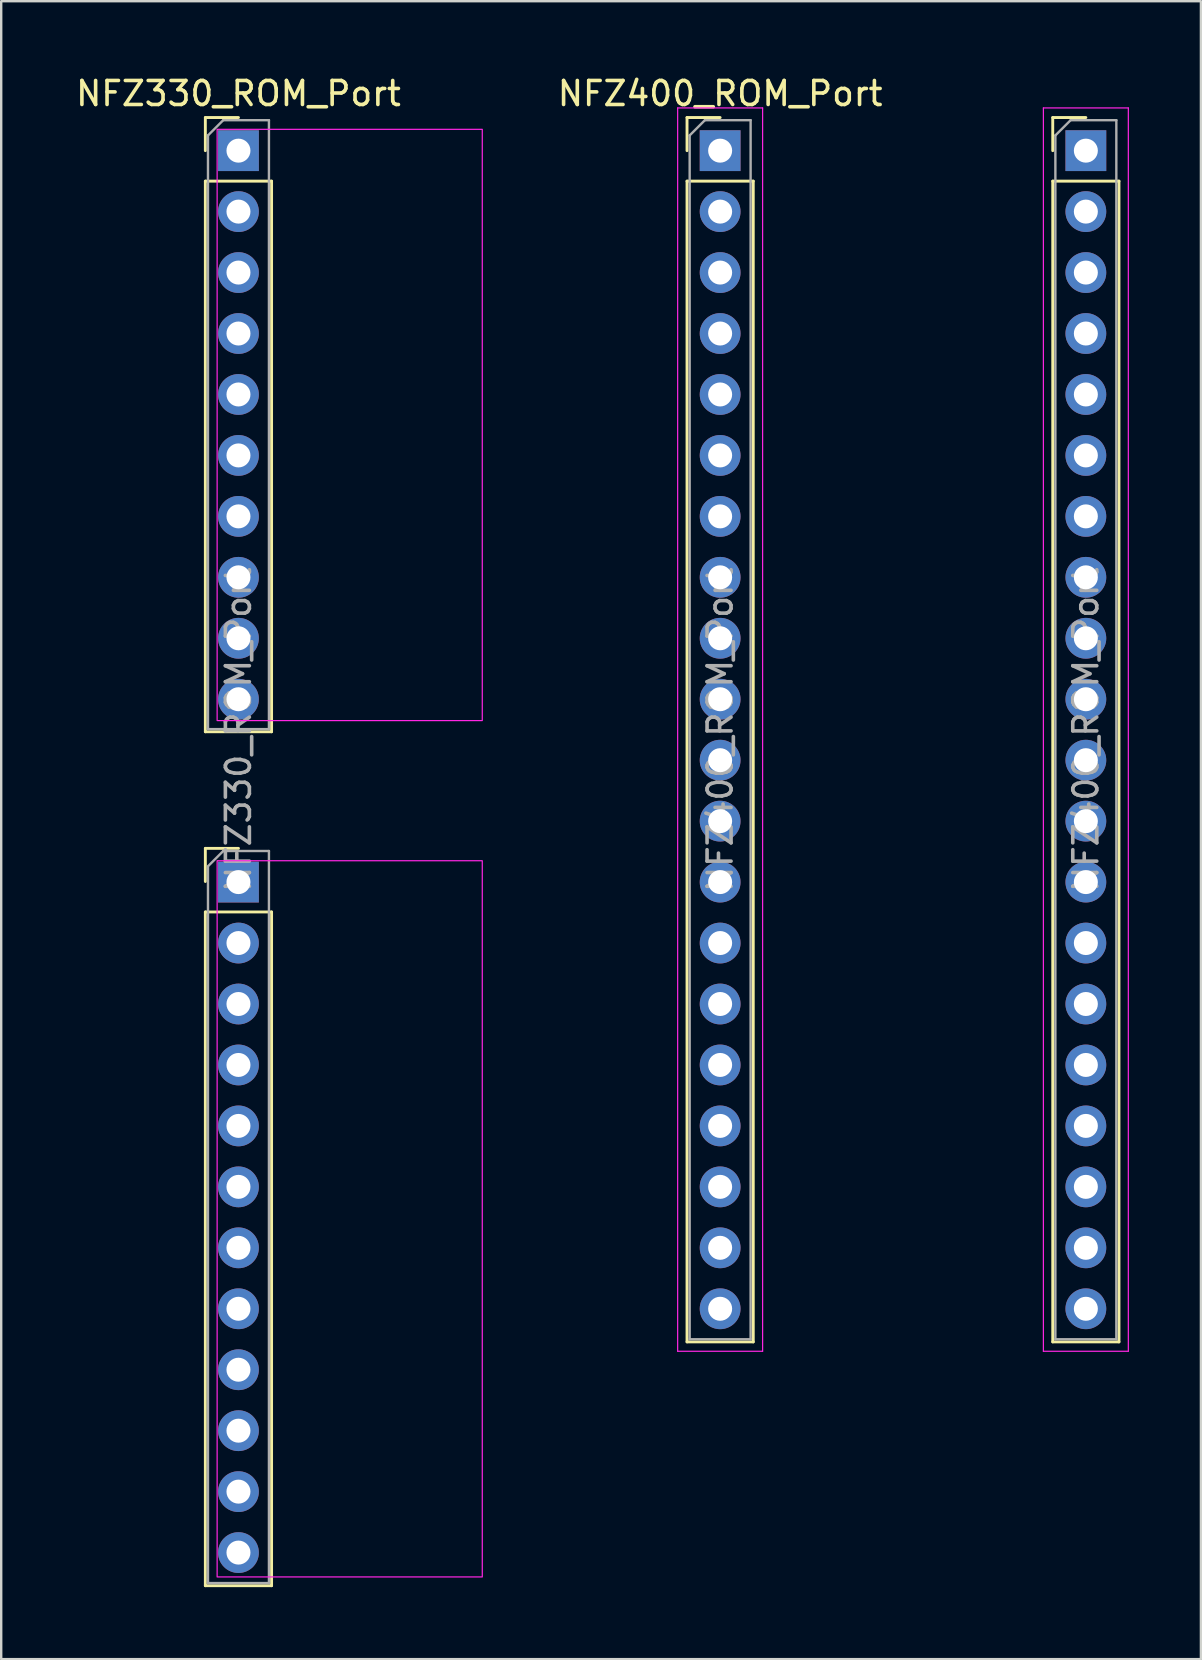
<source format=kicad_pcb>
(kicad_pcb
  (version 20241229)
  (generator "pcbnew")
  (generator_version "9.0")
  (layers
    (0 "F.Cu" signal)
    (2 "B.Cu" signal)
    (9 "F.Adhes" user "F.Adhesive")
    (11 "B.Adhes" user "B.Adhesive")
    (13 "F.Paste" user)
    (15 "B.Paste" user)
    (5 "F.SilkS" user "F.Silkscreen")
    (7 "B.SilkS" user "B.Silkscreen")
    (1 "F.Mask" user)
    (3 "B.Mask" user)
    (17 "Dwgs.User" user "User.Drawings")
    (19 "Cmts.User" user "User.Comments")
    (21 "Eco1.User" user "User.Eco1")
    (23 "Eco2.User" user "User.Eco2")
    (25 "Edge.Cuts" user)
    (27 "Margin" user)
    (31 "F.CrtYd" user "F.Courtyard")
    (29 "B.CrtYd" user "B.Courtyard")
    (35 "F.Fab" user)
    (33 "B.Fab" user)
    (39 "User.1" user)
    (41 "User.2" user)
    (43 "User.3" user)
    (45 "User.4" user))
  (footprint "NFZ400_ROM_Port"
    (layer "F.Cu")
    (at 26.959 3.228)
    (property "Reference" "NFZ400_ROM_Port" (at 0 -2.38 0) (layer "F.SilkS") (effects (font (size 1 1) (thickness 0.15))))
    (attr through_hole)
    (fp_line (start -1.38 -1.38) (end 0 -1.38) (stroke (width 0.12) (type solid)) (layer "F.SilkS"))
    (fp_line (start -1.38 0) (end -1.38 -1.38) (stroke (width 0.12) (type solid)) (layer "F.SilkS"))
    (fp_line (start -1.38 1.27) (end -1.38 49.64) (stroke (width 0.12) (type solid)) (layer "F.SilkS"))
    (fp_line (start -1.38 1.27) (end 1.38 1.27) (stroke (width 0.12) (type solid)) (layer "F.SilkS"))
    (fp_line (start -1.38 49.64) (end 1.38 49.64) (stroke (width 0.12) (type solid)) (layer "F.SilkS"))
    (fp_line (start 1.38 1.27) (end 1.38 49.64) (stroke (width 0.12) (type solid)) (layer "F.SilkS"))
    (fp_line (start 13.86 -1.38) (end 15.24 -1.38) (stroke (width 0.12) (type solid)) (layer "F.SilkS"))
    (fp_line (start 13.86 0) (end 13.86 -1.38) (stroke (width 0.12) (type solid)) (layer "F.SilkS"))
    (fp_line (start 13.86 1.27) (end 13.86 49.64) (stroke (width 0.12) (type solid)) (layer "F.SilkS"))
    (fp_line (start 13.86 1.27) (end 16.62 1.27) (stroke (width 0.12) (type solid)) (layer "F.SilkS"))
    (fp_line (start 13.86 49.64) (end 16.62 49.64) (stroke (width 0.12) (type solid)) (layer "F.SilkS"))
    (fp_line (start 16.62 1.27) (end 16.62 49.64) (stroke (width 0.12) (type solid)) (layer "F.SilkS"))
    (fp_line (start -1.77 -1.78) (end -1.77 50.03) (stroke (width 0.05) (type solid)) (layer "F.CrtYd"))
    (fp_line (start -1.77 50.03) (end 1.77 50.03) (stroke (width 0.05) (type solid)) (layer "F.CrtYd"))
    (fp_line (start 1.77 -1.78) (end -1.77 -1.78) (stroke (width 0.05) (type solid)) (layer "F.CrtYd"))
    (fp_line (start 1.77 50.03) (end 1.77 -1.78) (stroke (width 0.05) (type solid)) (layer "F.CrtYd"))
    (fp_line (start 13.47 -1.78) (end 13.47 50.03) (stroke (width 0.05) (type solid)) (layer "F.CrtYd"))
    (fp_line (start 13.47 50.03) (end 17.01 50.03) (stroke (width 0.05) (type solid)) (layer "F.CrtYd"))
    (fp_line (start 17.01 -1.78) (end 13.47 -1.78) (stroke (width 0.05) (type solid)) (layer "F.CrtYd"))
    (fp_line (start 17.01 50.03) (end 17.01 -1.78) (stroke (width 0.05) (type solid)) (layer "F.CrtYd"))
    (fp_line (start -1.27 -0.635) (end -0.635 -1.27) (stroke (width 0.1) (type solid)) (layer "F.Fab"))
    (fp_line (start -1.27 49.53) (end -1.27 -0.635) (stroke (width 0.1) (type solid)) (layer "F.Fab"))
    (fp_line (start -0.635 -1.27) (end 1.27 -1.27) (stroke (width 0.1) (type solid)) (layer "F.Fab"))
    (fp_line (start 1.27 -1.27) (end 1.27 49.53) (stroke (width 0.1) (type solid)) (layer "F.Fab"))
    (fp_line (start 1.27 49.53) (end -1.27 49.53) (stroke (width 0.1) (type solid)) (layer "F.Fab"))
    (fp_line (start 13.97 -0.635) (end 14.605 -1.27) (stroke (width 0.1) (type solid)) (layer "F.Fab"))
    (fp_line (start 13.97 49.53) (end 13.97 -0.635) (stroke (width 0.1) (type solid)) (layer "F.Fab"))
    (fp_line (start 14.605 -1.27) (end 16.51 -1.27) (stroke (width 0.1) (type solid)) (layer "F.Fab"))
    (fp_line (start 16.51 -1.27) (end 16.51 49.53) (stroke (width 0.1) (type solid)) (layer "F.Fab"))
    (fp_line (start 16.51 49.53) (end 13.97 49.53) (stroke (width 0.1) (type solid)) (layer "F.Fab"))
    (fp_text user "${REFERENCE}" (at 0 24.13 90) (layer "F.Fab") (effects (font (size 1 1) (thickness 0.15))))
    (fp_text user "${REFERENCE}" (at 15.24 24.13 90) (layer "F.Fab") (effects (font (size 1 1) (thickness 0.15))))
    (pad "" thru_hole circle (at 0 5.08) (size 1.7 1.7) (drill 1) (layers "*.Cu" "*.Mask"))
    (pad "" thru_hole circle (at 0 7.62) (size 1.7 1.7) (drill 1) (layers "*.Cu" "*.Mask"))
    (pad "" thru_hole circle (at 15.24 7.62) (size 1.7 1.7) (drill 1) (layers "*.Cu" "*.Mask"))
    (pad "" thru_hole circle (at 15.24 10.16) (size 1.7 1.7) (drill 1) (layers "*.Cu" "*.Mask"))
    (pad "" thru_hole circle (at 15.24 12.7) (size 1.7 1.7) (drill 1) (layers "*.Cu" "*.Mask"))
    (pad "L1" thru_hole rect (at 15.24 0) (size 1.7 1.7) (drill 1) (layers "*.Cu" "*.Mask"))
    (pad "L2" thru_hole circle (at 15.24 2.54) (size 1.7 1.7) (drill 1) (layers "*.Cu" "*.Mask"))
    (pad "L3" thru_hole circle (at 15.24 5.08) (size 1.7 1.7) (drill 1) (layers "*.Cu" "*.Mask"))
    (pad "L7" thru_hole circle (at 15.24 15.24) (size 1.7 1.7) (drill 1) (layers "*.Cu" "*.Mask"))
    (pad "L8" thru_hole circle (at 15.24 17.78) (size 1.7 1.7) (drill 1) (layers "*.Cu" "*.Mask"))
    (pad "L9" thru_hole circle (at 15.24 20.32) (size 1.7 1.7) (drill 1) (layers "*.Cu" "*.Mask"))
    (pad "L10" thru_hole circle (at 15.24 22.86) (size 1.7 1.7) (drill 1) (layers "*.Cu" "*.Mask"))
    (pad "L11" thru_hole circle (at 15.24 25.4) (size 1.7 1.7) (drill 1) (layers "*.Cu" "*.Mask"))
    (pad "L12" thru_hole circle (at 15.24 27.94) (size 1.7 1.7) (drill 1) (layers "*.Cu" "*.Mask"))
    (pad "L13" thru_hole circle (at 15.24 30.48) (size 1.7 1.7) (drill 1) (layers "*.Cu" "*.Mask"))
    (pad "L14" thru_hole circle (at 15.24 33.02) (size 1.7 1.7) (drill 1) (layers "*.Cu" "*.Mask"))
    (pad "L15" thru_hole circle (at 15.24 35.56) (size 1.7 1.7) (drill 1) (layers "*.Cu" "*.Mask"))
    (pad "L16" thru_hole circle (at 15.24 38.1) (size 1.7 1.7) (drill 1) (layers "*.Cu" "*.Mask"))
    (pad "L17" thru_hole circle (at 15.24 40.64) (size 1.7 1.7) (drill 1) (layers "*.Cu" "*.Mask"))
    (pad "L18" thru_hole circle (at 15.24 43.18) (size 1.7 1.7) (drill 1) (layers "*.Cu" "*.Mask"))
    (pad "L19" thru_hole circle (at 15.24 45.72) (size 1.7 1.7) (drill 1) (layers "*.Cu" "*.Mask"))
    (pad "L20" thru_hole circle (at 15.24 48.26) (size 1.7 1.7) (drill 1) (layers "*.Cu" "*.Mask"))
    (pad "R1" thru_hole rect (at 0 0) (size 1.7 1.7) (drill 1) (layers "*.Cu" "*.Mask"))
    (pad "R2" thru_hole circle (at 0 2.54) (size 1.7 1.7) (drill 1) (layers "*.Cu" "*.Mask"))
    (pad "R5" thru_hole circle (at 0 10.16) (size 1.7 1.7) (drill 1) (layers "*.Cu" "*.Mask"))
    (pad "R6" thru_hole circle (at 0 12.7) (size 1.7 1.7) (drill 1) (layers "*.Cu" "*.Mask"))
    (pad "R7" thru_hole circle (at 0 15.24) (size 1.7 1.7) (drill 1) (layers "*.Cu" "*.Mask"))
    (pad "R8" thru_hole circle (at 0 17.78) (size 1.7 1.7) (drill 1) (layers "*.Cu" "*.Mask"))
    (pad "R9" thru_hole circle (at 0 20.32) (size 1.7 1.7) (drill 1) (layers "*.Cu" "*.Mask"))
    (pad "R10" thru_hole circle (at 0 22.86) (size 1.7 1.7) (drill 1) (layers "*.Cu" "*.Mask"))
    (pad "R11" thru_hole circle (at 0 25.4) (size 1.7 1.7) (drill 1) (layers "*.Cu" "*.Mask"))
    (pad "R12" thru_hole circle (at 0 27.94) (size 1.7 1.7) (drill 1) (layers "*.Cu" "*.Mask"))
    (pad "R13" thru_hole circle (at 0 30.48) (size 1.7 1.7) (drill 1) (layers "*.Cu" "*.Mask"))
    (pad "R14" thru_hole circle (at 0 33.02) (size 1.7 1.7) (drill 1) (layers "*.Cu" "*.Mask"))
    (pad "R15" thru_hole circle (at 0 35.56) (size 1.7 1.7) (drill 1) (layers "*.Cu" "*.Mask"))
    (pad "R16" thru_hole circle (at 0 38.1) (size 1.7 1.7) (drill 1) (layers "*.Cu" "*.Mask"))
    (pad "R17" thru_hole circle (at 0 40.64) (size 1.7 1.7) (drill 1) (layers "*.Cu" "*.Mask"))
    (pad "R18" thru_hole circle (at 0 43.18) (size 1.7 1.7) (drill 1) (layers "*.Cu" "*.Mask"))
    (pad "R19" thru_hole circle (at 0 45.72) (size 1.7 1.7) (drill 1) (layers "*.Cu" "*.Mask"))
    (pad "R20" thru_hole circle (at 0 48.26) (size 1.7 1.7) (drill 1) (layers "*.Cu" "*.Mask")))
  (footprint "NFZ330_ROM_Port"
    (layer "F.Cu")
    (at 6.887 3.228)
    (property "Reference" "NFZ330_ROM_Port" (at 0 -2.38 0) (layer "F.SilkS") (effects (font (size 1 1) (thickness 0.15))))
    (attr through_hole)
    (fp_line (start -1.38 -1.38) (end 0 -1.38) (stroke (width 0.12) (type solid)) (layer "F.SilkS"))
    (fp_line (start -1.38 0) (end -1.38 -1.38) (stroke (width 0.12) (type solid)) (layer "F.SilkS"))
    (fp_line (start -1.38 1.27) (end -1.38 24.215) (stroke (width 0.12) (type solid)) (layer "F.SilkS"))
    (fp_line (start -1.38 1.27) (end 1.38 1.27) (stroke (width 0.12) (type solid)) (layer "F.SilkS"))
    (fp_line (start -1.38 24.215) (end 1.38 24.215) (stroke (width 0.12) (type solid)) (layer "F.SilkS"))
    (fp_line (start -1.38 29.075) (end 0 29.075) (stroke (width 0.12) (type solid)) (layer "F.SilkS"))
    (fp_line (start -1.38 30.455) (end -1.38 29.075) (stroke (width 0.12) (type solid)) (layer "F.SilkS"))
    (fp_line (start -1.38 31.725) (end -1.38 59.8) (stroke (width 0.12) (type solid)) (layer "F.SilkS"))
    (fp_line (start -1.38 31.725) (end 1.38 31.725) (stroke (width 0.12) (type solid)) (layer "F.SilkS"))
    (fp_line (start -1.38 59.8) (end 1.38 59.8) (stroke (width 0.12) (type solid)) (layer "F.SilkS"))
    (fp_line (start 1.38 1.27) (end 1.38 24.215) (stroke (width 0.12) (type solid)) (layer "F.SilkS"))
    (fp_line (start 1.38 31.725) (end 1.38 59.8) (stroke (width 0.12) (type solid)) (layer "F.SilkS"))
    (fp_rect (start -0.889 -0.889) (end 10.16 23.749) (stroke (width 0.05) (type default)) (fill no) (layer "F.CrtYd"))
    (fp_rect (start -0.889 29.591) (end 10.16 59.436) (stroke (width 0.05) (type default)) (fill no) (layer "F.CrtYd"))
    (fp_line (start -1.27 -0.635) (end -0.635 -1.27) (stroke (width 0.1) (type solid)) (layer "F.Fab"))
    (fp_line (start -1.27 24.105) (end -1.27 -0.635) (stroke (width 0.1) (type solid)) (layer "F.Fab"))
    (fp_line (start -1.27 29.82) (end -0.635 29.185) (stroke (width 0.1) (type solid)) (layer "F.Fab"))
    (fp_line (start -1.27 59.69) (end -1.27 29.845) (stroke (width 0.1) (type solid)) (layer "F.Fab"))
    (fp_line (start -0.635 -1.27) (end 1.27 -1.27) (stroke (width 0.1) (type solid)) (layer "F.Fab"))
    (fp_line (start -0.635 29.185) (end 1.27 29.185) (stroke (width 0.1) (type solid)) (layer "F.Fab"))
    (fp_line (start 1.27 -1.27) (end 1.27 24.105) (stroke (width 0.1) (type solid)) (layer "F.Fab"))
    (fp_line (start 1.27 24.105) (end -1.27 24.105) (stroke (width 0.1) (type solid)) (layer "F.Fab"))
    (fp_line (start 1.27 29.185) (end 1.27 59.69) (stroke (width 0.1) (type solid)) (layer "F.Fab"))
    (fp_line (start 1.27 59.69) (end -1.27 59.69) (stroke (width 0.1) (type solid)) (layer "F.Fab"))
    (fp_text user "${REFERENCE}" (at 0 24.13 90) (layer "F.Fab") (effects (font (size 1 1) (thickness 0.15))))
    (pad "B1" thru_hole rect (at 0 30.48) (size 1.7 1.7) (drill 1) (layers "*.Cu" "*.Mask"))
    (pad "B2" thru_hole circle (at 0 33.02) (size 1.7 1.7) (drill 1) (layers "*.Cu" "*.Mask"))
    (pad "B3" thru_hole circle (at 0 35.56) (size 1.7 1.7) (drill 1) (layers "*.Cu" "*.Mask"))
    (pad "B4" thru_hole circle (at 0 38.1) (size 1.7 1.7) (drill 1) (layers "*.Cu" "*.Mask"))
    (pad "B5" thru_hole circle (at 0 40.64) (size 1.7 1.7) (drill 1) (layers "*.Cu" "*.Mask"))
    (pad "B6" thru_hole circle (at 0 43.18) (size 1.7 1.7) (drill 1) (layers "*.Cu" "*.Mask"))
    (pad "B7" thru_hole circle (at 0 45.72) (size 1.7 1.7) (drill 1) (layers "*.Cu" "*.Mask"))
    (pad "B8" thru_hole circle (at 0 48.26) (size 1.7 1.7) (drill 1) (layers "*.Cu" "*.Mask"))
    (pad "B9" thru_hole circle (at 0 50.8) (size 1.7 1.7) (drill 1) (layers "*.Cu" "*.Mask"))
    (pad "B10" thru_hole circle (at 0 53.34) (size 1.7 1.7) (drill 1) (layers "*.Cu" "*.Mask"))
    (pad "B11" thru_hole circle (at 0 55.88) (size 1.7 1.7) (drill 1) (layers "*.Cu" "*.Mask"))
    (pad "B12" thru_hole circle (at 0 58.42) (size 1.7 1.7) (drill 1) (layers "*.Cu" "*.Mask"))
    (pad "T1" thru_hole rect (at 0 0) (size 1.7 1.7) (drill 1) (layers "*.Cu" "*.Mask"))
    (pad "T2" thru_hole circle (at 0 2.54) (size 1.7 1.7) (drill 1) (layers "*.Cu" "*.Mask"))
    (pad "T3" thru_hole circle (at 0 5.08) (size 1.7 1.7) (drill 1) (layers "*.Cu" "*.Mask"))
    (pad "T4" thru_hole circle (at 0 7.62) (size 1.7 1.7) (drill 1) (layers "*.Cu" "*.Mask"))
    (pad "T5" thru_hole circle (at 0 10.16) (size 1.7 1.7) (drill 1) (layers "*.Cu" "*.Mask"))
    (pad "T6" thru_hole circle (at 0 12.7) (size 1.7 1.7) (drill 1) (layers "*.Cu" "*.Mask"))
    (pad "T7" thru_hole circle (at 0 15.24) (size 1.7 1.7) (drill 1) (layers "*.Cu" "*.Mask"))
    (pad "T8" thru_hole circle (at 0 17.78) (size 1.7 1.7) (drill 1) (layers "*.Cu" "*.Mask"))
    (pad "T9" thru_hole circle (at 0 20.32) (size 1.7 1.7) (drill 1) (layers "*.Cu" "*.Mask"))
    (pad "T10" thru_hole circle (at 0 22.86) (size 1.7 1.7) (drill 1) (layers "*.Cu" "*.Mask")))
  (gr_rect
    (start -3 -3)
    (end 46.994 66.088)
    (stroke (width 0.1) (type default))
    (fill no)
    (layer "Edge.Cuts")))
</source>
